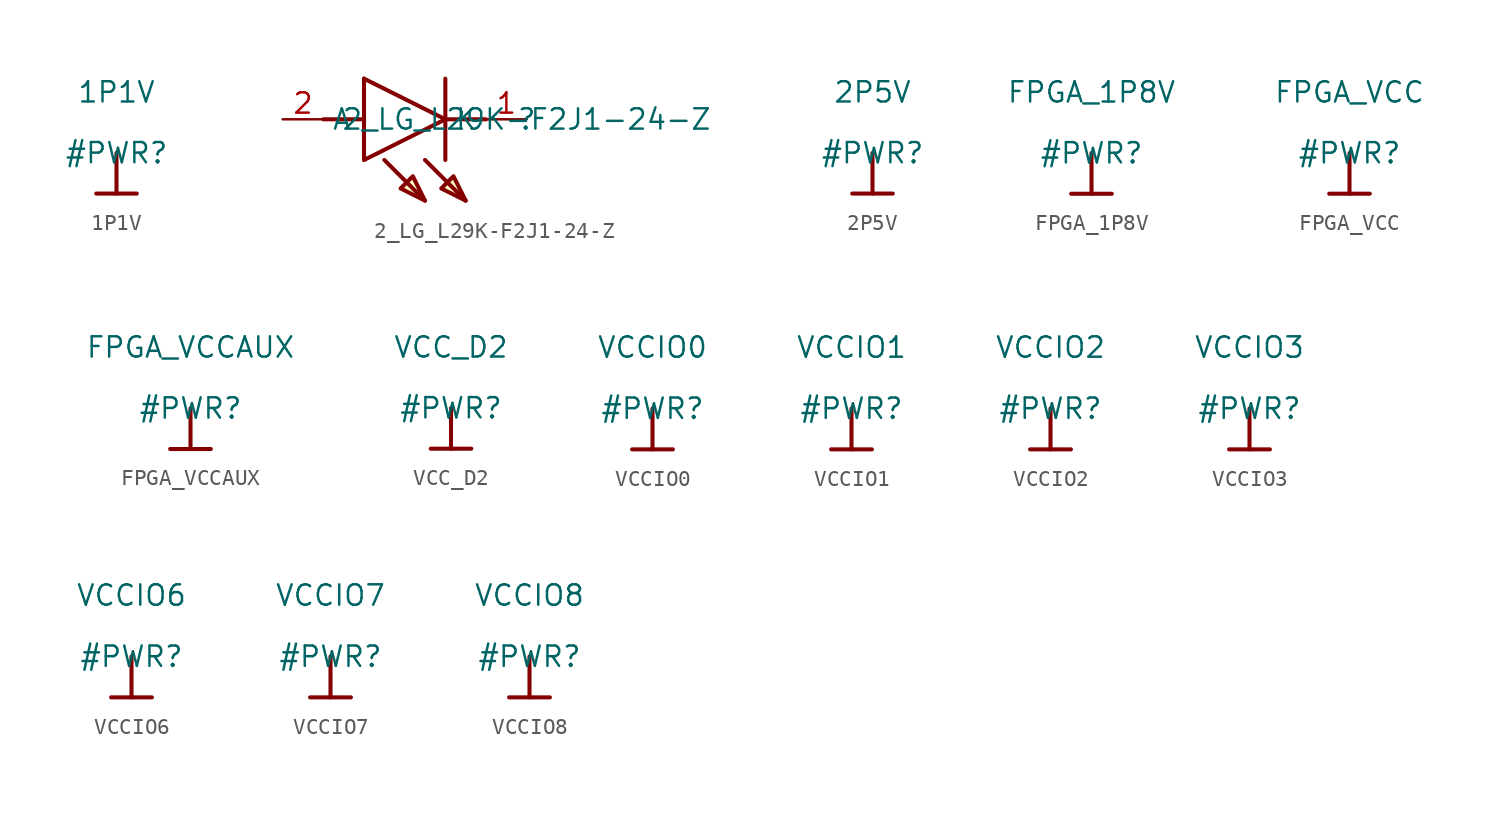
<source format=kicad_sym>
(kicad_symbol_lib
  (version 20211014)
  (generator kicad_symbol_editor)
  (symbol "1P1V"
    (power)
    (property "Reference" "#PWR"
      (at 0 0 0)
      (effects (font (size 1.27 1.27))))
    (property "Value" "1P1V"
      (at 0 3.81 0)
      (effects (font (size 1.27 1.27))))
    (symbol "1P1V_0_0"
      (polyline (pts (xy -1.27 -2.54) (xy 1.27 -2.54)) (stroke (width 0.254) (type default) (color 0 0 0 0)) (fill (type none)))
      (polyline (pts (xy 0 0) (xy 0 -2.54)) (stroke (width 0.254) (type default) (color 0 0 0 0)) (fill (type none)))
      (pin power_in line (at 0 0 0) (length 0) hide (name "1P1V" (effects (font (size 1.27 1.27)))) (number "" (effects (font (size 1.27 1.27)))))))
  (symbol "2_LG_L29K-F2J1-24-Z"
    (property "Reference" ""
      (at 0 0 0)
      (effects (font (size 1.27 1.27))))
    (property "Value" "2_LG_L29K-F2J1-24-Z"
      (at 0 0 0)
      (effects (font (size 1.27 1.27))))
    (symbol "2_LG_L29K-F2J1-24-Z_1_0"
      (polyline (pts (xy -12.7 0) (xy -10.16 0)) (stroke (width 0.254) (type default) (color 0 0 0 0)) (fill (type none)))
      (polyline (pts (xy -10.16 -2.54) (xy -5.08 0)) (stroke (width 0.254) (type default) (color 0 0 0 0)) (fill (type none)))
      (polyline (pts (xy -10.16 2.54) (xy -10.16 -2.54)) (stroke (width 0.254) (type default) (color 0 0 0 0)) (fill (type none)))
      (polyline (pts (xy -6.35 -5.08) (xy -8.89 -2.54)) (stroke (width 0.254) (type default) (color 0 0 0 0)) (fill (type none)))
      (polyline (pts (xy -5.08 0) (xy -10.16 2.54)) (stroke (width 0.254) (type default) (color 0 0 0 0)) (fill (type none)))
      (polyline (pts (xy -5.08 0) (xy -2.54 0)) (stroke (width 0.254) (type default) (color 0 0 0 0)) (fill (type none)))
      (polyline (pts (xy -5.08 2.54) (xy -5.08 -2.54)) (stroke (width 0.254) (type default) (color 0 0 0 0)) (fill (type none)))
      (polyline (pts (xy -3.81 -5.08) (xy -6.35 -2.54)) (stroke (width 0.254) (type default) (color 0 0 0 0)) (fill (type none)))
      (polyline (pts (xy -7.874 -4.318) (xy -7.112 -3.556) (xy -6.35 -5.08) (xy -7.874 -4.318)) (stroke (width 0.254) (type default) (color 0 0 0 0)) (fill (type background)))
      (polyline (pts (xy -5.334 -4.318) (xy -4.572 -3.556) (xy -3.81 -5.08) (xy -5.334 -4.318)) (stroke (width 0.254) (type default) (color 0 0 0 0)) (fill (type background)))
      (pin passive line (at 0 0 180) (length 2.54) (name "K" (effects (font (size 1.27 1.27)))) (number "1" (effects (font (size 1.27 1.27)))))
      (pin passive line (at -15.24 0 0) (length 2.54) (name "A" (effects (font (size 1.27 1.27)))) (number "2" (effects (font (size 1.27 1.27)))))))
  (symbol "2P5V"
    (power)
    (property "Reference" "#PWR"
      (at 0 0 0)
      (effects (font (size 1.27 1.27))))
    (property "Value" "2P5V"
      (at 0 3.81 0)
      (effects (font (size 1.27 1.27))))
    (symbol "2P5V_0_0"
      (polyline (pts (xy -1.27 -2.54) (xy 1.27 -2.54)) (stroke (width 0.254) (type default) (color 0 0 0 0)) (fill (type none)))
      (polyline (pts (xy 0 0) (xy 0 -2.54)) (stroke (width 0.254) (type default) (color 0 0 0 0)) (fill (type none)))
      (pin power_in line (at 0 0 0) (length 0) hide (name "2P5V" (effects (font (size 1.27 1.27)))) (number "" (effects (font (size 1.27 1.27)))))))
  (symbol "FPGA_1P8V"
    (power)
    (property "Reference" "#PWR"
      (at 0 0 0)
      (effects (font (size 1.27 1.27))))
    (property "Value" "FPGA_1P8V"
      (at 0 3.81 0)
      (effects (font (size 1.27 1.27))))
    (symbol "FPGA_1P8V_0_0"
      (polyline (pts (xy -1.27 -2.54) (xy 1.27 -2.54)) (stroke (width 0.254) (type default) (color 0 0 0 0)) (fill (type none)))
      (polyline (pts (xy 0 0) (xy 0 -2.54)) (stroke (width 0.254) (type default) (color 0 0 0 0)) (fill (type none)))
      (pin power_in line (at 0 0 0) (length 0) hide (name "FPGA_1P8V" (effects (font (size 1.27 1.27)))) (number "" (effects (font (size 1.27 1.27)))))))
  (symbol "FPGA_VCC"
    (power)
    (property "Reference" "#PWR"
      (at 0 0 0)
      (effects (font (size 1.27 1.27))))
    (property "Value" "FPGA_VCC"
      (at 0 3.81 0)
      (effects (font (size 1.27 1.27))))
    (symbol "FPGA_VCC_0_0"
      (polyline (pts (xy -1.27 -2.54) (xy 1.27 -2.54)) (stroke (width 0.254) (type default) (color 0 0 0 0)) (fill (type none)))
      (polyline (pts (xy 0 0) (xy 0 -2.54)) (stroke (width 0.254) (type default) (color 0 0 0 0)) (fill (type none)))
      (pin power_in line (at 0 0 0) (length 0) hide (name "FPGA_VCC" (effects (font (size 1.27 1.27)))) (number "" (effects (font (size 1.27 1.27)))))))
  (symbol "FPGA_VCCAUX"
    (power)
    (property "Reference" "#PWR"
      (at 0 0 0)
      (effects (font (size 1.27 1.27))))
    (property "Value" "FPGA_VCCAUX"
      (at 0 3.81 0)
      (effects (font (size 1.27 1.27))))
    (symbol "FPGA_VCCAUX_0_0"
      (polyline (pts (xy -1.27 -2.54) (xy 1.27 -2.54)) (stroke (width 0.254) (type default) (color 0 0 0 0)) (fill (type none)))
      (polyline (pts (xy 0 0) (xy 0 -2.54)) (stroke (width 0.254) (type default) (color 0 0 0 0)) (fill (type none)))
      (pin power_in line (at 0 0 0) (length 0) hide (name "FPGA_VCCAUX" (effects (font (size 1.27 1.27)))) (number "" (effects (font (size 1.27 1.27)))))))
  (symbol "VCC_D2"
    (power)
    (property "Reference" "#PWR"
      (at 0 0 0)
      (effects (font (size 1.27 1.27))))
    (property "Value" "VCC_D2"
      (at 0 3.81 0)
      (effects (font (size 1.27 1.27))))
    (symbol "VCC_D2_0_0"
      (polyline (pts (xy -1.27 -2.54) (xy 1.27 -2.54)) (stroke (width 0.254) (type default) (color 0 0 0 0)) (fill (type none)))
      (polyline (pts (xy 0 0) (xy 0 -2.54)) (stroke (width 0.254) (type default) (color 0 0 0 0)) (fill (type none)))
      (pin power_in line (at 0 0 0) (length 0) hide (name "VCC_D2" (effects (font (size 1.27 1.27)))) (number "" (effects (font (size 1.27 1.27)))))))
  (symbol "VCCIO0"
    (power)
    (property "Reference" "#PWR"
      (at 0 0 0)
      (effects (font (size 1.27 1.27))))
    (property "Value" "VCCIO0"
      (at 0 3.81 0)
      (effects (font (size 1.27 1.27))))
    (symbol "VCCIO0_0_0"
      (polyline (pts (xy -1.27 -2.54) (xy 1.27 -2.54)) (stroke (width 0.254) (type default) (color 0 0 0 0)) (fill (type none)))
      (polyline (pts (xy 0 0) (xy 0 -2.54)) (stroke (width 0.254) (type default) (color 0 0 0 0)) (fill (type none)))
      (pin power_in line (at 0 0 0) (length 0) hide (name "VCCIO0" (effects (font (size 1.27 1.27)))) (number "" (effects (font (size 1.27 1.27)))))))
  (symbol "VCCIO1"
    (power)
    (property "Reference" "#PWR"
      (at 0 0 0)
      (effects (font (size 1.27 1.27))))
    (property "Value" "VCCIO1"
      (at 0 3.81 0)
      (effects (font (size 1.27 1.27))))
    (symbol "VCCIO1_0_0"
      (polyline (pts (xy -1.27 -2.54) (xy 1.27 -2.54)) (stroke (width 0.254) (type default) (color 0 0 0 0)) (fill (type none)))
      (polyline (pts (xy 0 0) (xy 0 -2.54)) (stroke (width 0.254) (type default) (color 0 0 0 0)) (fill (type none)))
      (pin power_in line (at 0 0 0) (length 0) hide (name "VCCIO1" (effects (font (size 1.27 1.27)))) (number "" (effects (font (size 1.27 1.27)))))))
  (symbol "VCCIO2"
    (power)
    (property "Reference" "#PWR"
      (at 0 0 0)
      (effects (font (size 1.27 1.27))))
    (property "Value" "VCCIO2"
      (at 0 3.81 0)
      (effects (font (size 1.27 1.27))))
    (symbol "VCCIO2_0_0"
      (polyline (pts (xy -1.27 -2.54) (xy 1.27 -2.54)) (stroke (width 0.254) (type default) (color 0 0 0 0)) (fill (type none)))
      (polyline (pts (xy 0 0) (xy 0 -2.54)) (stroke (width 0.254) (type default) (color 0 0 0 0)) (fill (type none)))
      (pin power_in line (at 0 0 0) (length 0) hide (name "VCCIO2" (effects (font (size 1.27 1.27)))) (number "" (effects (font (size 1.27 1.27)))))))
  (symbol "VCCIO3"
    (power)
    (property "Reference" "#PWR"
      (at 0 0 0)
      (effects (font (size 1.27 1.27))))
    (property "Value" "VCCIO3"
      (at 0 3.81 0)
      (effects (font (size 1.27 1.27))))
    (symbol "VCCIO3_0_0"
      (polyline (pts (xy -1.27 -2.54) (xy 1.27 -2.54)) (stroke (width 0.254) (type default) (color 0 0 0 0)) (fill (type none)))
      (polyline (pts (xy 0 0) (xy 0 -2.54)) (stroke (width 0.254) (type default) (color 0 0 0 0)) (fill (type none)))
      (pin power_in line (at 0 0 0) (length 0) hide (name "VCCIO3" (effects (font (size 1.27 1.27)))) (number "" (effects (font (size 1.27 1.27)))))))
  (symbol "VCCIO6"
    (power)
    (property "Reference" "#PWR"
      (at 0 0 0)
      (effects (font (size 1.27 1.27))))
    (property "Value" "VCCIO6"
      (at 0 3.81 0)
      (effects (font (size 1.27 1.27))))
    (symbol "VCCIO6_0_0"
      (polyline (pts (xy -1.27 -2.54) (xy 1.27 -2.54)) (stroke (width 0.254) (type default) (color 0 0 0 0)) (fill (type none)))
      (polyline (pts (xy 0 0) (xy 0 -2.54)) (stroke (width 0.254) (type default) (color 0 0 0 0)) (fill (type none)))
      (pin power_in line (at 0 0 0) (length 0) hide (name "VCCIO6" (effects (font (size 1.27 1.27)))) (number "" (effects (font (size 1.27 1.27)))))))
  (symbol "VCCIO7"
    (power)
    (property "Reference" "#PWR"
      (at 0 0 0)
      (effects (font (size 1.27 1.27))))
    (property "Value" "VCCIO7"
      (at 0 3.81 0)
      (effects (font (size 1.27 1.27))))
    (symbol "VCCIO7_0_0"
      (polyline (pts (xy -1.27 -2.54) (xy 1.27 -2.54)) (stroke (width 0.254) (type default) (color 0 0 0 0)) (fill (type none)))
      (polyline (pts (xy 0 0) (xy 0 -2.54)) (stroke (width 0.254) (type default) (color 0 0 0 0)) (fill (type none)))
      (pin power_in line (at 0 0 0) (length 0) hide (name "VCCIO7" (effects (font (size 1.27 1.27)))) (number "" (effects (font (size 1.27 1.27)))))))
  (symbol "VCCIO8"
    (power)
    (property "Reference" "#PWR"
      (at 0 0 0)
      (effects (font (size 1.27 1.27))))
    (property "Value" "VCCIO8"
      (at 0 3.81 0)
      (effects (font (size 1.27 1.27))))
    (symbol "VCCIO8_0_0"
      (polyline (pts (xy -1.27 -2.54) (xy 1.27 -2.54)) (stroke (width 0.254) (type default) (color 0 0 0 0)) (fill (type none)))
      (polyline (pts (xy 0 0) (xy 0 -2.54)) (stroke (width 0.254) (type default) (color 0 0 0 0)) (fill (type none)))
      (pin power_in line (at 0 0 0) (length 0) hide (name "VCCIO8" (effects (font (size 1.27 1.27)))) (number "" (effects (font (size 1.27 1.27))))))))
</source>
